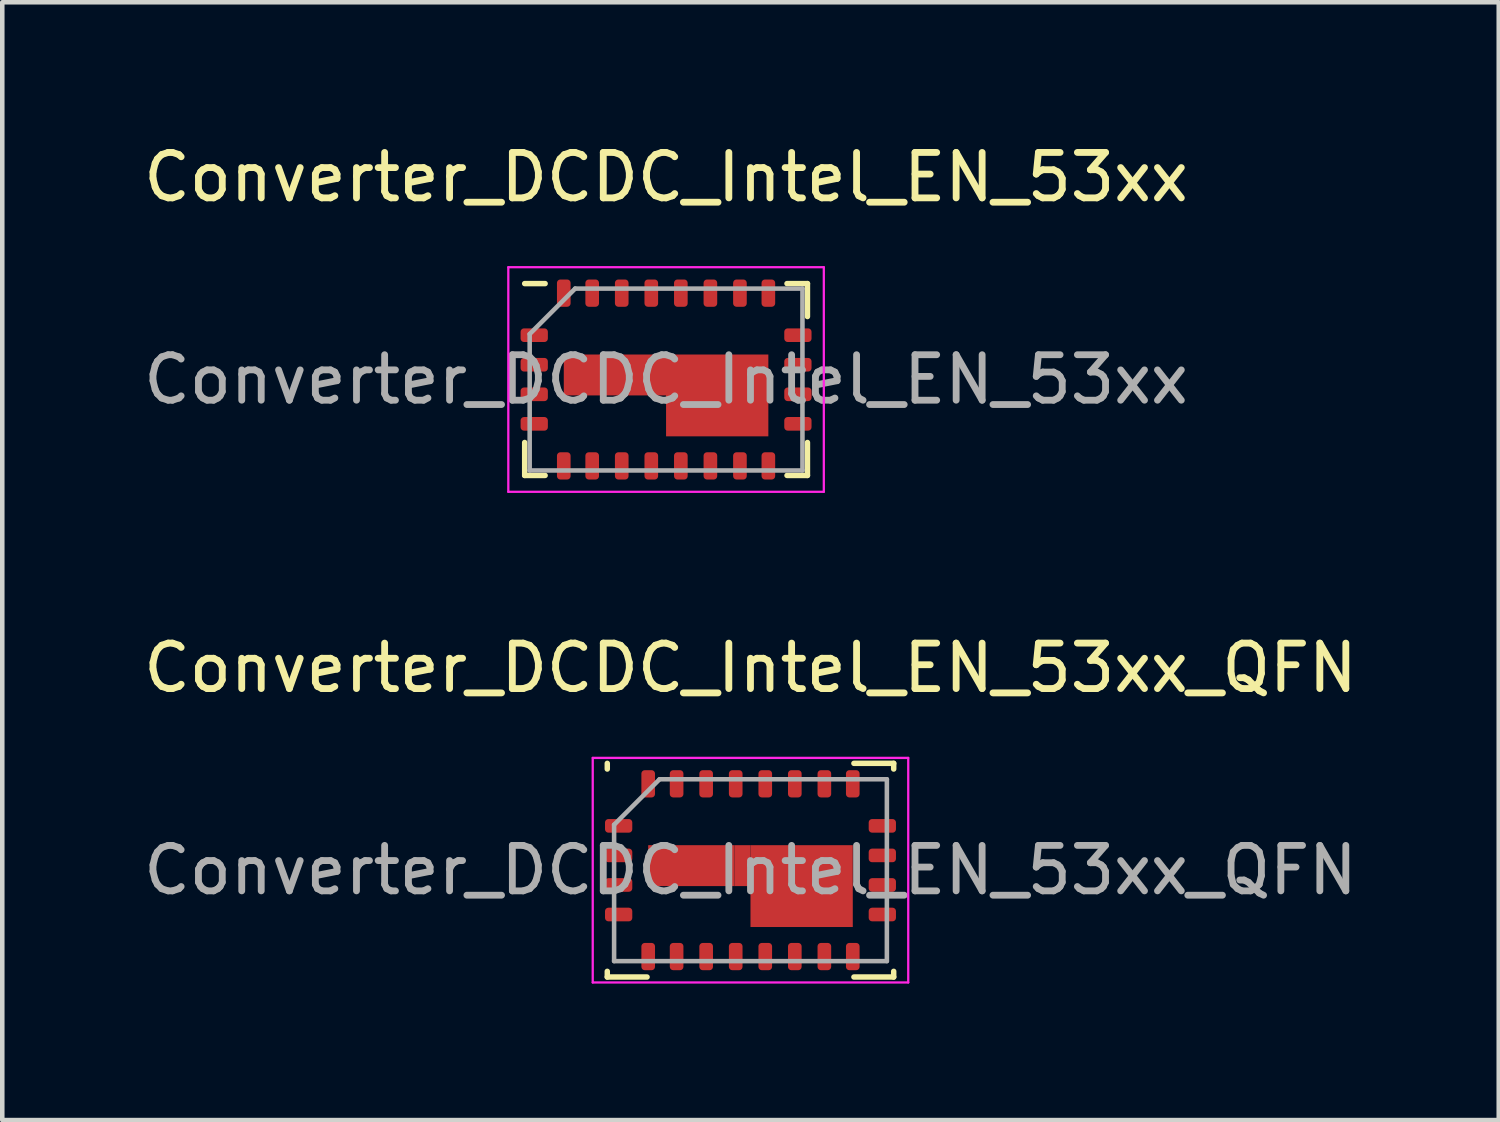
<source format=kicad_pcb>
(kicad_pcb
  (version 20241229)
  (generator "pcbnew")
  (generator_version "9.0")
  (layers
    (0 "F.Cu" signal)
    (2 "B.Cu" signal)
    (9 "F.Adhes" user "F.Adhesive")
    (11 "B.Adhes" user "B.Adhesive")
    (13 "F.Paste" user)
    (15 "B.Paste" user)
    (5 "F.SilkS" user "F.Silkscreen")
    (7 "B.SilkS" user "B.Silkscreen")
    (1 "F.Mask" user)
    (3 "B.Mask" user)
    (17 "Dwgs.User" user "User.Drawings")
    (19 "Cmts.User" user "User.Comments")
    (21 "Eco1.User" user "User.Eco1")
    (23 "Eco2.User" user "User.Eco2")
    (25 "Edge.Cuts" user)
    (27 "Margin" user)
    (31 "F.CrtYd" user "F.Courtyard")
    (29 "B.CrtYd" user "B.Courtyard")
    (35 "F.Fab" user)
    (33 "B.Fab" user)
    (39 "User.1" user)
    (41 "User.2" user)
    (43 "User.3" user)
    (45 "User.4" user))
  (footprint "Converter_DCDC_Intel_EN_53xx"
    (layer "F.Cu")
    (at 11.601 5.298)
    (property "Reference" "Converter_DCDC_Intel_EN_53xx" (at 0 -4.45 0) (layer "F.SilkS") (effects (font (size 1 1) (thickness 0.15))))
    (attr smd)
    (fp_line (start -3.11 -2.11) (end -2.66 -2.11) (stroke (width 0.12) (type solid)) (layer "F.SilkS"))
    (fp_line (start -3.11 2.11) (end -3.11 1.385) (stroke (width 0.12) (type solid)) (layer "F.SilkS"))
    (fp_line (start -3.11 2.11) (end -2.66 2.11) (stroke (width 0.12) (type solid)) (layer "F.SilkS"))
    (fp_line (start 3.11 -2.11) (end 2.66 -2.11) (stroke (width 0.12) (type solid)) (layer "F.SilkS"))
    (fp_line (start 3.11 -2.11) (end 3.11 -1.385) (stroke (width 0.12) (type solid)) (layer "F.SilkS"))
    (fp_line (start 3.11 1.385) (end 3.11 2.11) (stroke (width 0.12) (type solid)) (layer "F.SilkS"))
    (fp_line (start 3.11 2.11) (end 2.66 2.11) (stroke (width 0.12) (type solid)) (layer "F.SilkS"))
    (fp_line (start -3.47 -2.47) (end 3.47 -2.47) (stroke (width 0.05) (type solid)) (layer "F.CrtYd"))
    (fp_line (start -3.47 2.47) (end -3.47 -2.47) (stroke (width 0.05) (type solid)) (layer "F.CrtYd"))
    (fp_line (start 3.47 -2.47) (end 3.47 2.47) (stroke (width 0.05) (type solid)) (layer "F.CrtYd"))
    (fp_line (start 3.47 2.47) (end -3.47 2.47) (stroke (width 0.05) (type solid)) (layer "F.CrtYd"))
    (fp_line (start -3 -1) (end -3 2) (stroke (width 0.1) (type solid)) (layer "F.Fab"))
    (fp_line (start -3 -1) (end -2 -2) (stroke (width 0.1) (type solid)) (layer "F.Fab"))
    (fp_line (start -2 -2) (end 3 -2) (stroke (width 0.1) (type solid)) (layer "F.Fab"))
    (fp_line (start 3 2) (end -3 2) (stroke (width 0.1) (type solid)) (layer "F.Fab"))
    (fp_line (start 3 2) (end 3 -2) (stroke (width 0.1) (type solid)) (layer "F.Fab"))
    (fp_text user "${REFERENCE}" (at 0 0 0) (layer "F.Fab") (effects (font (size 1 1) (thickness 0.15))))
    (pad "" smd rect (at -0.175 -0.1 180) (size 0.35 0.9) (layers "F.Mask"))
    (pad "1" smd roundrect (at -2.9 -0.975 90) (size 0.3 0.6) (layers "F.Cu" "F.Mask" "F.Paste") (roundrect_rratio 0.25))
    (pad "2" smd roundrect (at -2.9 -0.325 90) (size 0.3 0.6) (layers "F.Cu" "F.Mask" "F.Paste") (roundrect_rratio 0.25))
    (pad "3" smd roundrect (at -2.9 0.325 90) (size 0.3 0.6) (layers "F.Cu" "F.Mask" "F.Paste") (roundrect_rratio 0.25))
    (pad "4" smd roundrect (at -2.9 0.975 90) (size 0.3 0.6) (layers "F.Cu" "F.Mask" "F.Paste") (roundrect_rratio 0.25))
    (pad "5" smd roundrect (at -2.25 1.9 180) (size 0.3 0.6) (layers "F.Cu" "F.Mask" "F.Paste") (roundrect_rratio 0.25))
    (pad "6" smd roundrect (at -1.625 1.9 180) (size 0.3 0.6) (layers "F.Cu" "F.Mask" "F.Paste") (roundrect_rratio 0.25))
    (pad "7" smd roundrect (at -0.975 1.9 180) (size 0.3 0.6) (layers "F.Cu" "F.Mask" "F.Paste") (roundrect_rratio 0.25))
    (pad "8" smd roundrect (at -0.325 1.9 180) (size 0.3 0.6) (layers "F.Cu" "F.Mask" "F.Paste") (roundrect_rratio 0.25))
    (pad "9" smd roundrect (at 0.325 1.9 180) (size 0.3 0.6) (layers "F.Cu" "F.Mask" "F.Paste") (roundrect_rratio 0.25))
    (pad "10" smd roundrect (at 0.975 1.9 180) (size 0.3 0.6) (layers "F.Cu" "F.Mask" "F.Paste") (roundrect_rratio 0.25))
    (pad "11" smd roundrect (at 1.625 1.9 180) (size 0.3 0.6) (layers "F.Cu" "F.Mask" "F.Paste") (roundrect_rratio 0.25))
    (pad "12" smd roundrect (at 2.25 1.9 180) (size 0.3 0.6) (layers "F.Cu" "F.Mask" "F.Paste") (roundrect_rratio 0.25))
    (pad "13" smd roundrect (at 2.9 0.975 90) (size 0.3 0.6) (layers "F.Cu" "F.Mask" "F.Paste") (roundrect_rratio 0.25))
    (pad "14" smd roundrect (at 2.9 0.325 90) (size 0.3 0.6) (layers "F.Cu" "F.Mask" "F.Paste") (roundrect_rratio 0.25))
    (pad "15" smd roundrect (at 2.9 -0.325 90) (size 0.3 0.6) (layers "F.Cu" "F.Mask" "F.Paste") (roundrect_rratio 0.25))
    (pad "16" smd roundrect (at 2.9 -0.975 90) (size 0.3 0.6) (layers "F.Cu" "F.Mask" "F.Paste") (roundrect_rratio 0.25))
    (pad "17" smd roundrect (at 2.25 -1.9 180) (size 0.3 0.6) (layers "F.Cu" "F.Mask" "F.Paste") (roundrect_rratio 0.25))
    (pad "18" smd roundrect (at 1.625 -1.9 180) (size 0.3 0.6) (layers "F.Cu" "F.Mask" "F.Paste") (roundrect_rratio 0.25))
    (pad "19" smd roundrect (at 0.975 -1.9 180) (size 0.3 0.6) (layers "F.Cu" "F.Mask" "F.Paste") (roundrect_rratio 0.25))
    (pad "20" smd roundrect (at 0.325 -1.9 180) (size 0.3 0.6) (layers "F.Cu" "F.Mask" "F.Paste") (roundrect_rratio 0.25))
    (pad "21" smd roundrect (at -0.325 -1.9 180) (size 0.3 0.6) (layers "F.Cu" "F.Mask" "F.Paste") (roundrect_rratio 0.25))
    (pad "22" smd roundrect (at -0.975 -1.9 180) (size 0.3 0.6) (layers "F.Cu" "F.Mask" "F.Paste") (roundrect_rratio 0.25))
    (pad "23" smd roundrect (at -1.625 -1.9 180) (size 0.3 0.6) (layers "F.Cu" "F.Mask" "F.Paste") (roundrect_rratio 0.25))
    (pad "24" smd roundrect (at -2.25 -1.9) (size 0.3 0.6) (layers "F.Cu" "F.Mask" "F.Paste") (roundrect_rratio 0.25))
    (pad "25" smd custom (at 0 0) (size 0.1 0.1) (layers "F.Cu") (options (anchor rect)) (primitives (gr_poly (pts (xy -2.25 -0.55) (xy 2.25 -0.55) (xy 2.25 1.25) (xy 0 1.25) (xy 0 0.35) (xy -2.25 0.35)) (width 0) (fill yes)))))
  (footprint "Converter_DCDC_Intel_EN_53xx_QFN"
    (layer "F.Cu")
    (at 13.458 16.091)
    (property "Reference" "Converter_DCDC_Intel_EN_53xx_QFN" (at 0 -4.45 0) (layer "F.SilkS") (effects (font (size 1 1) (thickness 0.15))))
    (attr smd)
    (fp_line (start -3.15 -2.35) (end -3.15 -2.225) (stroke (width 0.12) (type solid)) (layer "F.SilkS"))
    (fp_line (start -3.15 2.35) (end -3.15 2.225) (stroke (width 0.12) (type solid)) (layer "F.SilkS"))
    (fp_line (start -3.15 2.35) (end -2.275 2.35) (stroke (width 0.12) (type solid)) (layer "F.SilkS"))
    (fp_line (start 3.15 -2.35) (end 2.275 -2.35) (stroke (width 0.12) (type solid)) (layer "F.SilkS"))
    (fp_line (start 3.15 -2.35) (end 3.15 -2.225) (stroke (width 0.12) (type solid)) (layer "F.SilkS"))
    (fp_line (start 3.15 2.35) (end 2.275 2.35) (stroke (width 0.12) (type solid)) (layer "F.SilkS"))
    (fp_line (start 3.15 2.35) (end 3.15 2.225) (stroke (width 0.12) (type solid)) (layer "F.SilkS"))
    (fp_line (start -3.47 -2.47) (end 3.47 -2.47) (stroke (width 0.05) (type solid)) (layer "F.CrtYd"))
    (fp_line (start -3.47 2.47) (end -3.47 -2.47) (stroke (width 0.05) (type solid)) (layer "F.CrtYd"))
    (fp_line (start 3.47 -2.47) (end 3.47 2.47) (stroke (width 0.05) (type solid)) (layer "F.CrtYd"))
    (fp_line (start 3.47 2.47) (end -3.47 2.47) (stroke (width 0.05) (type solid)) (layer "F.CrtYd"))
    (fp_line (start -3 -1) (end -3 2) (stroke (width 0.1) (type solid)) (layer "F.Fab"))
    (fp_line (start -3 -1) (end -2 -2) (stroke (width 0.1) (type solid)) (layer "F.Fab"))
    (fp_line (start -2 -2) (end 3 -2) (stroke (width 0.1) (type solid)) (layer "F.Fab"))
    (fp_line (start 3 2) (end -3 2) (stroke (width 0.1) (type solid)) (layer "F.Fab"))
    (fp_line (start 3 2) (end 3 -2) (stroke (width 0.1) (type solid)) (layer "F.Fab"))
    (fp_text user "${REFERENCE}" (at 0 0 0) (layer "F.Fab") (effects (font (size 1 1) (thickness 0.15))))
    (pad "1" smd roundrect (at -2.9 -0.975 90) (size 0.3 0.6) (layers "F.Cu" "F.Mask" "F.Paste") (roundrect_rratio 0.25))
    (pad "2" smd roundrect (at -2.9 -0.325 90) (size 0.3 0.6) (layers "F.Cu" "F.Mask" "F.Paste") (roundrect_rratio 0.25))
    (pad "3" smd roundrect (at -2.9 0.325 90) (size 0.3 0.6) (layers "F.Cu" "F.Mask" "F.Paste") (roundrect_rratio 0.25))
    (pad "4" smd roundrect (at -2.9 0.975 90) (size 0.3 0.6) (layers "F.Cu" "F.Mask" "F.Paste") (roundrect_rratio 0.25))
    (pad "5" smd roundrect (at -2.25 1.9 180) (size 0.3 0.6) (layers "F.Cu" "F.Mask" "F.Paste") (roundrect_rratio 0.25))
    (pad "6" smd roundrect (at -1.625 1.9 180) (size 0.3 0.6) (layers "F.Cu" "F.Mask" "F.Paste") (roundrect_rratio 0.25))
    (pad "7" smd roundrect (at -0.975 1.9 180) (size 0.3 0.6) (layers "F.Cu" "F.Mask" "F.Paste") (roundrect_rratio 0.25))
    (pad "8" smd roundrect (at -0.325 1.9 180) (size 0.3 0.6) (layers "F.Cu" "F.Mask" "F.Paste") (roundrect_rratio 0.25))
    (pad "9" smd roundrect (at 0.325 1.9 180) (size 0.3 0.6) (layers "F.Cu" "F.Mask" "F.Paste") (roundrect_rratio 0.25))
    (pad "10" smd roundrect (at 0.975 1.9 180) (size 0.3 0.6) (layers "F.Cu" "F.Mask" "F.Paste") (roundrect_rratio 0.25))
    (pad "11" smd roundrect (at 1.625 1.9 180) (size 0.3 0.6) (layers "F.Cu" "F.Mask" "F.Paste") (roundrect_rratio 0.25))
    (pad "12" smd roundrect (at 2.25 1.9 180) (size 0.3 0.6) (layers "F.Cu" "F.Mask" "F.Paste") (roundrect_rratio 0.25))
    (pad "13" smd roundrect (at 2.9 0.975 90) (size 0.3 0.6) (layers "F.Cu" "F.Mask" "F.Paste") (roundrect_rratio 0.25))
    (pad "14" smd roundrect (at 2.9 0.325 90) (size 0.3 0.6) (layers "F.Cu" "F.Mask" "F.Paste") (roundrect_rratio 0.25))
    (pad "15" smd roundrect (at 2.9 -0.325 90) (size 0.3 0.6) (layers "F.Cu" "F.Mask" "F.Paste") (roundrect_rratio 0.25))
    (pad "16" smd roundrect (at 2.9 -0.975 90) (size 0.3 0.6) (layers "F.Cu" "F.Mask" "F.Paste") (roundrect_rratio 0.25))
    (pad "17" smd roundrect (at 2.25 -1.9 180) (size 0.3 0.6) (layers "F.Cu" "F.Mask" "F.Paste") (roundrect_rratio 0.25))
    (pad "18" smd roundrect (at 1.625 -1.9 180) (size 0.3 0.6) (layers "F.Cu" "F.Mask" "F.Paste") (roundrect_rratio 0.25))
    (pad "19" smd roundrect (at 0.975 -1.9 180) (size 0.3 0.6) (layers "F.Cu" "F.Mask" "F.Paste") (roundrect_rratio 0.25))
    (pad "20" smd roundrect (at 0.325 -1.9 180) (size 0.3 0.6) (layers "F.Cu" "F.Mask" "F.Paste") (roundrect_rratio 0.25))
    (pad "21" smd roundrect (at -0.325 -1.9 180) (size 0.3 0.6) (layers "F.Cu" "F.Mask" "F.Paste") (roundrect_rratio 0.25))
    (pad "22" smd roundrect (at -0.975 -1.9 180) (size 0.3 0.6) (layers "F.Cu" "F.Mask" "F.Paste") (roundrect_rratio 0.25))
    (pad "23" smd roundrect (at -1.625 -1.9 180) (size 0.3 0.6) (layers "F.Cu" "F.Mask" "F.Paste") (roundrect_rratio 0.25))
    (pad "24" smd roundrect (at -2.25 -1.9) (size 0.3 0.6) (layers "F.Cu" "F.Mask" "F.Paste") (roundrect_rratio 0.25))
    (pad "25" smd rect (at -1.3 -0.1 90) (size 0.9 1.9) (layers "F.Cu" "F.Mask" "F.Paste"))
    (pad "25" smd rect (at -0.175 -0.1 180) (size 0.35 0.9) (layers "F.Cu"))
    (pad "25" smd rect (at 1.125 0.35 90) (size 1.8 2.25) (layers "F.Cu" "F.Mask" "F.Paste")))
  (gr_rect
    (start -3 -3)
    (end 29.917 21.587)
    (stroke (width 0.1) (type default))
    (fill no)
    (layer "Edge.Cuts")))
</source>
